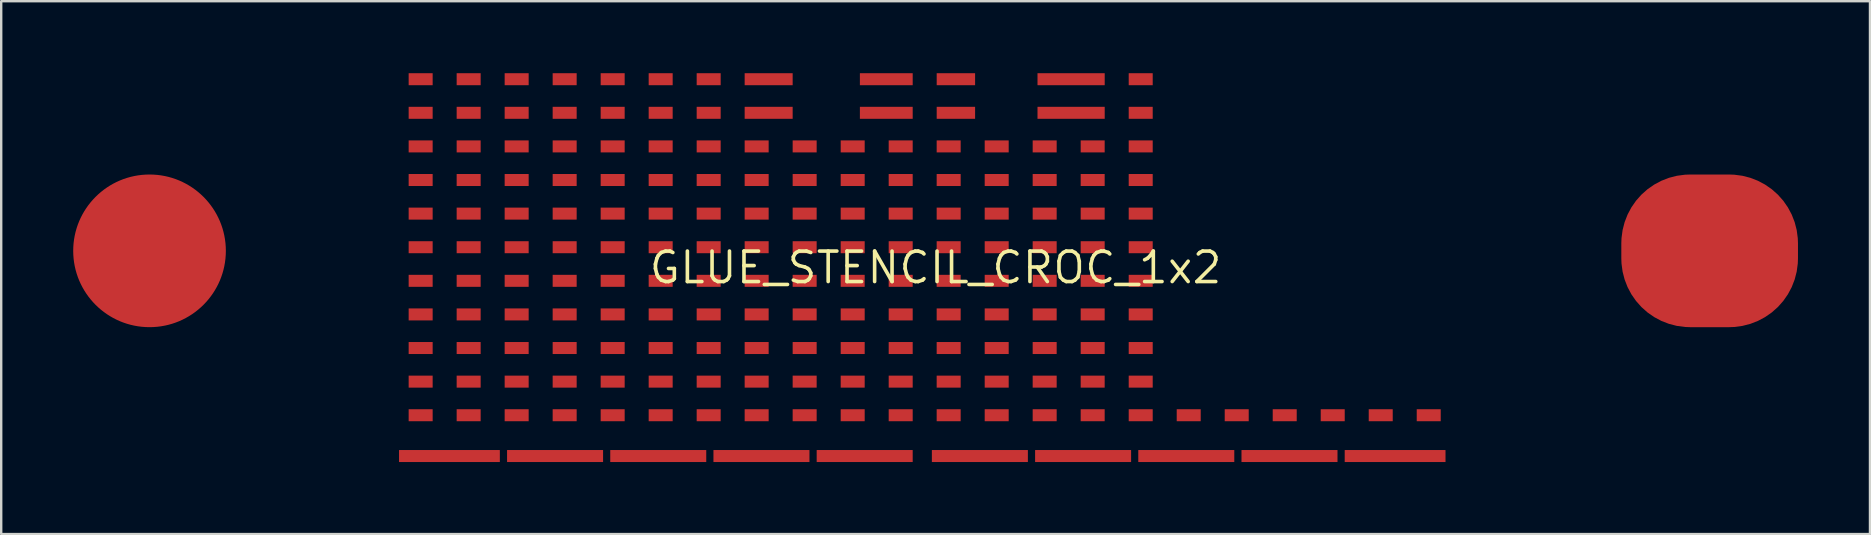
<source format=kicad_pcb>
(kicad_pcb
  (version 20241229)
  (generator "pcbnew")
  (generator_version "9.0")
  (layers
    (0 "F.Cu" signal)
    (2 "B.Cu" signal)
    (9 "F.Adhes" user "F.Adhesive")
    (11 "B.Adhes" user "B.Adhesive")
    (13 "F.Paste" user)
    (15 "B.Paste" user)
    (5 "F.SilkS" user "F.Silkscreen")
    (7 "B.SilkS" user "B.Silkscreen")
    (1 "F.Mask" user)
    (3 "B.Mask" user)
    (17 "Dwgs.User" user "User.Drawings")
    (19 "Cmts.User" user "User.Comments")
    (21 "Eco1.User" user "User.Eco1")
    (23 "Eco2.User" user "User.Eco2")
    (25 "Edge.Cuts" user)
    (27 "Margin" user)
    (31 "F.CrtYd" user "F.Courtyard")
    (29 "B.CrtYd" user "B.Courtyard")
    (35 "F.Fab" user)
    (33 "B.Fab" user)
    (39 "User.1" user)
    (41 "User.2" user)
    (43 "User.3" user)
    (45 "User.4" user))
  (footprint "GLUE_STENCIL_CROC_1x2"
    (layer "F.Cu")
    (at 35.93 8.1)
    (property "Reference" "GLUE_STENCIL_CROC_1x2" (at 0 0 0) (layer "F.SilkS") (effects (font (size 1.27 1.27) (thickness 0.15))))
    (attr through_hole)
    (pad "1" smd circle (at -32.75 -0.699) (size 6.36 6.36) (layers "F.Cu" "F.Mask" "F.Paste"))
    (pad "2" smd rect (at -21.454 6.15) (size 1 0.5) (layers "F.Cu" "F.Mask" "F.Paste"))
    (pad "3" smd rect (at -21.454 3.35) (size 1 0.5) (layers "F.Cu" "F.Mask" "F.Paste"))
    (pad "4" smd rect (at -21.454 4.75) (size 1 0.5) (layers "F.Cu" "F.Mask" "F.Paste"))
    (pad "5" smd rect (at -21.454 0.55) (size 1 0.5) (layers "F.Cu" "F.Mask" "F.Paste"))
    (pad "6" smd rect (at -21.454 1.95) (size 1 0.5) (layers "F.Cu" "F.Mask" "F.Paste"))
    (pad "7" smd rect (at -21.454 -0.85) (size 1 0.5) (layers "F.Cu" "F.Mask" "F.Paste"))
    (pad "8" smd rect (at -21.454 -3.65) (size 1 0.5) (layers "F.Cu" "F.Mask" "F.Paste"))
    (pad "9" smd rect (at -21.454 -2.25) (size 1 0.5) (layers "F.Cu" "F.Mask" "F.Paste"))
    (pad "10" smd rect (at -21.454 -6.45) (size 1 0.5) (layers "F.Cu" "F.Mask" "F.Paste"))
    (pad "11" smd rect (at -21.454 -5.05) (size 1 0.5) (layers "F.Cu" "F.Mask" "F.Paste"))
    (pad "12" smd rect (at -21.454 -7.85) (size 1 0.5) (layers "F.Cu" "F.Mask" "F.Paste"))
    (pad "13" smd rect (at -20.255 7.85) (size 4.2 0.5) (layers "F.Cu" "F.Mask" "F.Paste"))
    (pad "14" smd rect (at -19.454 6.15) (size 1 0.5) (layers "F.Cu" "F.Mask" "F.Paste"))
    (pad "15" smd rect (at -19.454 3.35) (size 1 0.5) (layers "F.Cu" "F.Mask" "F.Paste"))
    (pad "16" smd rect (at -19.454 4.75) (size 1 0.5) (layers "F.Cu" "F.Mask" "F.Paste"))
    (pad "17" smd rect (at -19.454 0.55) (size 1 0.5) (layers "F.Cu" "F.Mask" "F.Paste"))
    (pad "18" smd rect (at -19.454 1.95) (size 1 0.5) (layers "F.Cu" "F.Mask" "F.Paste"))
    (pad "19" smd rect (at -19.454 -0.85) (size 1 0.5) (layers "F.Cu" "F.Mask" "F.Paste"))
    (pad "20" smd rect (at -19.454 -3.65) (size 1 0.5) (layers "F.Cu" "F.Mask" "F.Paste"))
    (pad "21" smd rect (at -19.454 -2.25) (size 1 0.5) (layers "F.Cu" "F.Mask" "F.Paste"))
    (pad "22" smd rect (at -19.454 -6.45) (size 1 0.5) (layers "F.Cu" "F.Mask" "F.Paste"))
    (pad "23" smd rect (at -19.454 -5.05) (size 1 0.5) (layers "F.Cu" "F.Mask" "F.Paste"))
    (pad "24" smd rect (at -19.454 -7.85) (size 1 0.5) (layers "F.Cu" "F.Mask" "F.Paste"))
    (pad "25" smd rect (at -17.454 6.15) (size 1 0.5) (layers "F.Cu" "F.Mask" "F.Paste"))
    (pad "26" smd rect (at -17.454 3.35) (size 1 0.5) (layers "F.Cu" "F.Mask" "F.Paste"))
    (pad "27" smd rect (at -17.454 4.75) (size 1 0.5) (layers "F.Cu" "F.Mask" "F.Paste"))
    (pad "28" smd rect (at -17.454 0.55) (size 1 0.5) (layers "F.Cu" "F.Mask" "F.Paste"))
    (pad "29" smd rect (at -17.454 1.95) (size 1 0.5) (layers "F.Cu" "F.Mask" "F.Paste"))
    (pad "30" smd rect (at -17.454 -0.85) (size 1 0.5) (layers "F.Cu" "F.Mask" "F.Paste"))
    (pad "31" smd rect (at -17.454 -3.65) (size 1 0.5) (layers "F.Cu" "F.Mask" "F.Paste"))
    (pad "32" smd rect (at -17.454 -2.25) (size 1 0.5) (layers "F.Cu" "F.Mask" "F.Paste"))
    (pad "33" smd rect (at -17.454 -6.45) (size 1 0.5) (layers "F.Cu" "F.Mask" "F.Paste"))
    (pad "34" smd rect (at -17.454 -5.05) (size 1 0.5) (layers "F.Cu" "F.Mask" "F.Paste"))
    (pad "35" smd rect (at -17.454 -7.85) (size 1 0.5) (layers "F.Cu" "F.Mask" "F.Paste"))
    (pad "36" smd rect (at -15.854 7.85) (size 4 0.5) (layers "F.Cu" "F.Mask" "F.Paste"))
    (pad "37" smd rect (at -15.454 6.15) (size 1 0.5) (layers "F.Cu" "F.Mask" "F.Paste"))
    (pad "38" smd rect (at -15.454 3.35) (size 1 0.5) (layers "F.Cu" "F.Mask" "F.Paste"))
    (pad "39" smd rect (at -15.454 4.75) (size 1 0.5) (layers "F.Cu" "F.Mask" "F.Paste"))
    (pad "40" smd rect (at -15.454 0.55) (size 1 0.5) (layers "F.Cu" "F.Mask" "F.Paste"))
    (pad "41" smd rect (at -15.454 1.95) (size 1 0.5) (layers "F.Cu" "F.Mask" "F.Paste"))
    (pad "42" smd rect (at -15.454 -0.85) (size 1 0.5) (layers "F.Cu" "F.Mask" "F.Paste"))
    (pad "43" smd rect (at -15.454 -3.65) (size 1 0.5) (layers "F.Cu" "F.Mask" "F.Paste"))
    (pad "44" smd rect (at -15.454 -2.25) (size 1 0.5) (layers "F.Cu" "F.Mask" "F.Paste"))
    (pad "45" smd rect (at -15.454 -6.45) (size 1 0.5) (layers "F.Cu" "F.Mask" "F.Paste"))
    (pad "46" smd rect (at -15.454 -5.05) (size 1 0.5) (layers "F.Cu" "F.Mask" "F.Paste"))
    (pad "47" smd rect (at -15.454 -7.85) (size 1 0.5) (layers "F.Cu" "F.Mask" "F.Paste"))
    (pad "48" smd rect (at -13.454 6.15) (size 1 0.5) (layers "F.Cu" "F.Mask" "F.Paste"))
    (pad "49" smd rect (at -13.454 3.35) (size 1 0.5) (layers "F.Cu" "F.Mask" "F.Paste"))
    (pad "50" smd rect (at -13.454 4.75) (size 1 0.5) (layers "F.Cu" "F.Mask" "F.Paste"))
    (pad "51" smd rect (at -13.454 0.55) (size 1 0.5) (layers "F.Cu" "F.Mask" "F.Paste"))
    (pad "52" smd rect (at -13.454 1.95) (size 1 0.5) (layers "F.Cu" "F.Mask" "F.Paste"))
    (pad "53" smd rect (at -13.454 -0.85) (size 1 0.5) (layers "F.Cu" "F.Mask" "F.Paste"))
    (pad "54" smd rect (at -13.454 -3.65) (size 1 0.5) (layers "F.Cu" "F.Mask" "F.Paste"))
    (pad "55" smd rect (at -13.454 -2.25) (size 1 0.5) (layers "F.Cu" "F.Mask" "F.Paste"))
    (pad "56" smd rect (at -13.454 -6.45) (size 1 0.5) (layers "F.Cu" "F.Mask" "F.Paste"))
    (pad "57" smd rect (at -13.454 -5.05) (size 1 0.5) (layers "F.Cu" "F.Mask" "F.Paste"))
    (pad "58" smd rect (at -13.454 -7.85) (size 1 0.5) (layers "F.Cu" "F.Mask" "F.Paste"))
    (pad "59" smd rect (at -11.555 7.85) (size 4 0.5) (layers "F.Cu" "F.Mask" "F.Paste"))
    (pad "60" smd rect (at -11.454 6.15) (size 1 0.5) (layers "F.Cu" "F.Mask" "F.Paste"))
    (pad "61" smd rect (at -11.454 3.35) (size 1 0.5) (layers "F.Cu" "F.Mask" "F.Paste"))
    (pad "62" smd rect (at -11.454 4.75) (size 1 0.5) (layers "F.Cu" "F.Mask" "F.Paste"))
    (pad "63" smd rect (at -11.454 0.55) (size 1 0.5) (layers "F.Cu" "F.Mask" "F.Paste"))
    (pad "64" smd rect (at -11.454 1.95) (size 1 0.5) (layers "F.Cu" "F.Mask" "F.Paste"))
    (pad "65" smd rect (at -11.454 -0.85) (size 1 0.5) (layers "F.Cu" "F.Mask" "F.Paste"))
    (pad "66" smd rect (at -11.454 -3.65) (size 1 0.5) (layers "F.Cu" "F.Mask" "F.Paste"))
    (pad "67" smd rect (at -11.454 -2.25) (size 1 0.5) (layers "F.Cu" "F.Mask" "F.Paste"))
    (pad "68" smd rect (at -11.454 -6.45) (size 1 0.5) (layers "F.Cu" "F.Mask" "F.Paste"))
    (pad "69" smd rect (at -11.454 -5.05) (size 1 0.5) (layers "F.Cu" "F.Mask" "F.Paste"))
    (pad "70" smd rect (at -11.454 -7.85) (size 1 0.5) (layers "F.Cu" "F.Mask" "F.Paste"))
    (pad "71" smd rect (at -9.454 6.15) (size 1 0.5) (layers "F.Cu" "F.Mask" "F.Paste"))
    (pad "72" smd rect (at -9.454 3.35) (size 1 0.5) (layers "F.Cu" "F.Mask" "F.Paste"))
    (pad "73" smd rect (at -9.454 4.75) (size 1 0.5) (layers "F.Cu" "F.Mask" "F.Paste"))
    (pad "74" smd rect (at -9.454 0.55) (size 1 0.5) (layers "F.Cu" "F.Mask" "F.Paste"))
    (pad "75" smd rect (at -9.454 1.95) (size 1 0.5) (layers "F.Cu" "F.Mask" "F.Paste"))
    (pad "76" smd rect (at -9.454 -0.85) (size 1 0.5) (layers "F.Cu" "F.Mask" "F.Paste"))
    (pad "77" smd rect (at -9.454 -3.65) (size 1 0.5) (layers "F.Cu" "F.Mask" "F.Paste"))
    (pad "78" smd rect (at -9.454 -2.25) (size 1 0.5) (layers "F.Cu" "F.Mask" "F.Paste"))
    (pad "79" smd rect (at -9.454 -6.45) (size 1 0.5) (layers "F.Cu" "F.Mask" "F.Paste"))
    (pad "80" smd rect (at -9.454 -5.05) (size 1 0.5) (layers "F.Cu" "F.Mask" "F.Paste"))
    (pad "81" smd rect (at -9.454 -7.85) (size 1 0.5) (layers "F.Cu" "F.Mask" "F.Paste"))
    (pad "82" smd rect (at -7.455 6.15) (size 1 0.5) (layers "F.Cu" "F.Mask" "F.Paste"))
    (pad "83" smd rect (at -7.455 3.35) (size 1 0.5) (layers "F.Cu" "F.Mask" "F.Paste"))
    (pad "84" smd rect (at -7.455 4.75) (size 1 0.5) (layers "F.Cu" "F.Mask" "F.Paste"))
    (pad "85" smd rect (at -7.455 0.55) (size 1 0.5) (layers "F.Cu" "F.Mask" "F.Paste"))
    (pad "86" smd rect (at -7.455 1.95) (size 1 0.5) (layers "F.Cu" "F.Mask" "F.Paste"))
    (pad "87" smd rect (at -7.455 -0.85) (size 1 0.5) (layers "F.Cu" "F.Mask" "F.Paste"))
    (pad "88" smd rect (at -7.455 -3.65) (size 1 0.5) (layers "F.Cu" "F.Mask" "F.Paste"))
    (pad "89" smd rect (at -7.455 -2.25) (size 1 0.5) (layers "F.Cu" "F.Mask" "F.Paste"))
    (pad "90" smd rect (at -7.455 -5.05) (size 1 0.5) (layers "F.Cu" "F.Mask" "F.Paste"))
    (pad "91" smd rect (at -6.955 -7.85) (size 2 0.5) (layers "F.Cu" "F.Mask" "F.Paste"))
    (pad "92" smd rect (at -7.255 7.85) (size 4 0.5) (layers "F.Cu" "F.Mask" "F.Paste"))
    (pad "93" smd rect (at -5.455 6.15) (size 1 0.5) (layers "F.Cu" "F.Mask" "F.Paste"))
    (pad "94" smd rect (at -5.455 3.35) (size 1 0.5) (layers "F.Cu" "F.Mask" "F.Paste"))
    (pad "95" smd rect (at -5.455 4.75) (size 1 0.5) (layers "F.Cu" "F.Mask" "F.Paste"))
    (pad "96" smd rect (at -5.455 0.55) (size 1 0.5) (layers "F.Cu" "F.Mask" "F.Paste"))
    (pad "97" smd rect (at -5.455 1.95) (size 1 0.5) (layers "F.Cu" "F.Mask" "F.Paste"))
    (pad "98" smd rect (at -5.455 -0.85) (size 1 0.5) (layers "F.Cu" "F.Mask" "F.Paste"))
    (pad "99" smd rect (at -5.455 -3.65) (size 1 0.5) (layers "F.Cu" "F.Mask" "F.Paste"))
    (pad "100" smd rect (at -5.455 -2.25) (size 1 0.5) (layers "F.Cu" "F.Mask" "F.Paste"))
    (pad "101" smd rect (at -3.454 6.15) (size 1 0.5) (layers "F.Cu" "F.Mask" "F.Paste"))
    (pad "102" smd rect (at -3.454 3.35) (size 1 0.5) (layers "F.Cu" "F.Mask" "F.Paste"))
    (pad "103" smd rect (at -3.454 4.75) (size 1 0.5) (layers "F.Cu" "F.Mask" "F.Paste"))
    (pad "104" smd rect (at -3.454 0.55) (size 1 0.5) (layers "F.Cu" "F.Mask" "F.Paste"))
    (pad "105" smd rect (at -3.454 1.95) (size 1 0.5) (layers "F.Cu" "F.Mask" "F.Paste"))
    (pad "106" smd rect (at -3.454 -0.85) (size 1 0.5) (layers "F.Cu" "F.Mask" "F.Paste"))
    (pad "107" smd rect (at -3.454 -3.65) (size 1 0.5) (layers "F.Cu" "F.Mask" "F.Paste"))
    (pad "108" smd rect (at -3.454 -2.25) (size 1 0.5) (layers "F.Cu" "F.Mask" "F.Paste"))
    (pad "109" smd rect (at -6.955 -6.45) (size 2 0.5) (layers "F.Cu" "F.Mask" "F.Paste"))
    (pad "110" smd rect (at -3.454 -5.05) (size 1 0.5) (layers "F.Cu" "F.Mask" "F.Paste"))
    (pad "111" smd rect (at -5.455 -5.05) (size 1 0.5) (layers "F.Cu" "F.Mask" "F.Paste"))
    (pad "112" smd rect (at -2.954 7.85) (size 4 0.5) (layers "F.Cu" "F.Mask" "F.Paste"))
    (pad "113" smd rect (at -1.454 6.15) (size 1 0.5) (layers "F.Cu" "F.Mask" "F.Paste"))
    (pad "114" smd rect (at -1.454 3.35) (size 1 0.5) (layers "F.Cu" "F.Mask" "F.Paste"))
    (pad "115" smd rect (at -1.454 4.75) (size 1 0.5) (layers "F.Cu" "F.Mask" "F.Paste"))
    (pad "116" smd rect (at -1.454 0.55) (size 1 0.5) (layers "F.Cu" "F.Mask" "F.Paste"))
    (pad "117" smd rect (at -1.454 1.95) (size 1 0.5) (layers "F.Cu" "F.Mask" "F.Paste"))
    (pad "118" smd rect (at -1.454 -0.85) (size 1 0.5) (layers "F.Cu" "F.Mask" "F.Paste"))
    (pad "119" smd rect (at -1.454 -3.65) (size 1 0.5) (layers "F.Cu" "F.Mask" "F.Paste"))
    (pad "120" smd rect (at -1.454 -2.25) (size 1 0.5) (layers "F.Cu" "F.Mask" "F.Paste"))
    (pad "121" smd rect (at -2.054 -6.45) (size 2.2 0.5) (layers "F.Cu" "F.Mask" "F.Paste"))
    (pad "122" smd rect (at -1.454 -5.05) (size 1 0.5) (layers "F.Cu" "F.Mask" "F.Paste"))
    (pad "123" smd rect (at -2.054 -7.85) (size 2.2 0.5) (layers "F.Cu" "F.Mask" "F.Paste"))
    (pad "124" smd rect (at 0.545 6.15) (size 1 0.5) (layers "F.Cu" "F.Mask" "F.Paste"))
    (pad "125" smd rect (at 0.545 3.35) (size 1 0.5) (layers "F.Cu" "F.Mask" "F.Paste"))
    (pad "126" smd rect (at 0.545 4.75) (size 1 0.5) (layers "F.Cu" "F.Mask" "F.Paste"))
    (pad "127" smd rect (at 0.545 0.55) (size 1 0.5) (layers "F.Cu" "F.Mask" "F.Paste"))
    (pad "128" smd rect (at 0.545 1.95) (size 1 0.5) (layers "F.Cu" "F.Mask" "F.Paste"))
    (pad "129" smd rect (at 0.545 -0.85) (size 1 0.5) (layers "F.Cu" "F.Mask" "F.Paste"))
    (pad "130" smd rect (at 0.545 -3.65) (size 1 0.5) (layers "F.Cu" "F.Mask" "F.Paste"))
    (pad "131" smd rect (at 0.545 -2.25) (size 1 0.5) (layers "F.Cu" "F.Mask" "F.Paste"))
    (pad "132" smd rect (at 0.846 -6.45) (size 1.6 0.5) (layers "F.Cu" "F.Mask" "F.Paste"))
    (pad "133" smd rect (at 0.545 -5.05) (size 1 0.5) (layers "F.Cu" "F.Mask" "F.Paste"))
    (pad "134" smd rect (at 0.846 -7.85) (size 1.6 0.5) (layers "F.Cu" "F.Mask" "F.Paste"))
    (pad "135" smd rect (at 1.845 7.85) (size 4 0.5) (layers "F.Cu" "F.Mask" "F.Paste"))
    (pad "136" smd rect (at 2.546 6.15) (size 1 0.5) (layers "F.Cu" "F.Mask" "F.Paste"))
    (pad "137" smd rect (at 2.546 3.35) (size 1 0.5) (layers "F.Cu" "F.Mask" "F.Paste"))
    (pad "138" smd rect (at 2.546 4.75) (size 1 0.5) (layers "F.Cu" "F.Mask" "F.Paste"))
    (pad "139" smd rect (at 2.546 0.55) (size 1 0.5) (layers "F.Cu" "F.Mask" "F.Paste"))
    (pad "140" smd rect (at 2.546 1.95) (size 1 0.5) (layers "F.Cu" "F.Mask" "F.Paste"))
    (pad "141" smd rect (at 2.546 -0.85) (size 1 0.5) (layers "F.Cu" "F.Mask" "F.Paste"))
    (pad "142" smd rect (at 2.546 -3.65) (size 1 0.5) (layers "F.Cu" "F.Mask" "F.Paste"))
    (pad "143" smd rect (at 2.546 -2.25) (size 1 0.5) (layers "F.Cu" "F.Mask" "F.Paste"))
    (pad "144" smd rect (at 5.646 -6.45) (size 2.8 0.5) (layers "F.Cu" "F.Mask" "F.Paste"))
    (pad "145" smd rect (at 2.546 -5.05) (size 1 0.5) (layers "F.Cu" "F.Mask" "F.Paste"))
    (pad "146" smd rect (at 4.545 -5.05) (size 1 0.5) (layers "F.Cu" "F.Mask" "F.Paste"))
    (pad "147" smd rect (at 4.545 6.15) (size 1 0.5) (layers "F.Cu" "F.Mask" "F.Paste"))
    (pad "148" smd rect (at 4.545 3.35) (size 1 0.5) (layers "F.Cu" "F.Mask" "F.Paste"))
    (pad "149" smd rect (at 4.545 4.75) (size 1 0.5) (layers "F.Cu" "F.Mask" "F.Paste"))
    (pad "150" smd rect (at 4.545 0.55) (size 1 0.5) (layers "F.Cu" "F.Mask" "F.Paste"))
    (pad "151" smd rect (at 4.545 1.95) (size 1 0.5) (layers "F.Cu" "F.Mask" "F.Paste"))
    (pad "152" smd rect (at 4.545 -0.85) (size 1 0.5) (layers "F.Cu" "F.Mask" "F.Paste"))
    (pad "153" smd rect (at 4.545 -3.65) (size 1 0.5) (layers "F.Cu" "F.Mask" "F.Paste"))
    (pad "154" smd rect (at 4.545 -2.25) (size 1 0.5) (layers "F.Cu" "F.Mask" "F.Paste"))
    (pad "155" smd rect (at 6.146 7.85) (size 4 0.5) (layers "F.Cu" "F.Mask" "F.Paste"))
    (pad "156" smd rect (at 6.545 6.15) (size 1 0.5) (layers "F.Cu" "F.Mask" "F.Paste"))
    (pad "157" smd rect (at 6.545 3.35) (size 1 0.5) (layers "F.Cu" "F.Mask" "F.Paste"))
    (pad "158" smd rect (at 6.545 4.75) (size 1 0.5) (layers "F.Cu" "F.Mask" "F.Paste"))
    (pad "159" smd rect (at 6.545 0.55) (size 1 0.5) (layers "F.Cu" "F.Mask" "F.Paste"))
    (pad "160" smd rect (at 6.545 1.95) (size 1 0.5) (layers "F.Cu" "F.Mask" "F.Paste"))
    (pad "161" smd rect (at 6.545 -0.85) (size 1 0.5) (layers "F.Cu" "F.Mask" "F.Paste"))
    (pad "162" smd rect (at 6.545 -3.65) (size 1 0.5) (layers "F.Cu" "F.Mask" "F.Paste"))
    (pad "163" smd rect (at 6.545 -2.25) (size 1 0.5) (layers "F.Cu" "F.Mask" "F.Paste"))
    (pad "164" smd rect (at 6.545 -5.05) (size 1 0.5) (layers "F.Cu" "F.Mask" "F.Paste"))
    (pad "165" smd rect (at 5.646 -7.85) (size 2.8 0.5) (layers "F.Cu" "F.Mask" "F.Paste"))
    (pad "166" smd rect (at 8.546 6.15) (size 1 0.5) (layers "F.Cu" "F.Mask" "F.Paste"))
    (pad "167" smd rect (at 8.546 4.75) (size 1 0.5) (layers "F.Cu" "F.Mask" "F.Paste"))
    (pad "168" smd rect (at 8.546 3.35) (size 1 0.5) (layers "F.Cu" "F.Mask" "F.Paste"))
    (pad "169" smd rect (at 8.546 1.95) (size 1 0.5) (layers "F.Cu" "F.Mask" "F.Paste"))
    (pad "170" smd rect (at 8.546 0.55) (size 1 0.5) (layers "F.Cu" "F.Mask" "F.Paste"))
    (pad "171" smd rect (at 8.546 -0.85) (size 1 0.5) (layers "F.Cu" "F.Mask" "F.Paste"))
    (pad "172" smd rect (at 8.546 -2.25) (size 1 0.5) (layers "F.Cu" "F.Mask" "F.Paste"))
    (pad "173" smd rect (at 8.546 -3.65) (size 1 0.5) (layers "F.Cu" "F.Mask" "F.Paste"))
    (pad "174" smd rect (at 8.546 -5.05) (size 1 0.5) (layers "F.Cu" "F.Mask" "F.Paste"))
    (pad "175" smd rect (at 8.546 -6.45) (size 1 0.5) (layers "F.Cu" "F.Mask" "F.Paste"))
    (pad "176" smd rect (at 8.546 -7.85) (size 1 0.5) (layers "F.Cu" "F.Mask" "F.Paste"))
    (pad "177" smd rect (at 10.445 7.85) (size 4 0.5) (layers "F.Cu" "F.Mask" "F.Paste"))
    (pad "178" smd rect (at 10.546 6.15) (size 1 0.5) (layers "F.Cu" "F.Mask" "F.Paste"))
    (pad "179" smd rect (at 12.546 6.15) (size 1 0.5) (layers "F.Cu" "F.Mask" "F.Paste"))
    (pad "180" smd rect (at 14.546 6.15) (size 1 0.5) (layers "F.Cu" "F.Mask" "F.Paste"))
    (pad "181" smd rect (at 14.745 7.85) (size 4 0.5) (layers "F.Cu" "F.Mask" "F.Paste"))
    (pad "182" smd rect (at 16.546 6.15) (size 1 0.5) (layers "F.Cu" "F.Mask" "F.Paste"))
    (pad "183" smd rect (at 18.546 6.15) (size 1 0.5) (layers "F.Cu" "F.Mask" "F.Paste"))
    (pad "184" smd rect (at 19.145 7.85) (size 4.2 0.5) (layers "F.Cu" "F.Mask" "F.Paste"))
    (pad "185" smd rect (at 20.546 6.15) (size 1 0.5) (layers "F.Cu" "F.Mask" "F.Paste"))
    (pad "186" smd roundrect (at 32.25 -0.699) (size 7.36 6.36) (layers "F.Cu" "F.Mask" "F.Paste") (roundrect_rratio 0.45)))
  (gr_rect
    (start -3 -3)
    (end 74.86 19.2)
    (stroke (width 0.1) (type default))
    (fill no)
    (layer "Edge.Cuts")))
</source>
